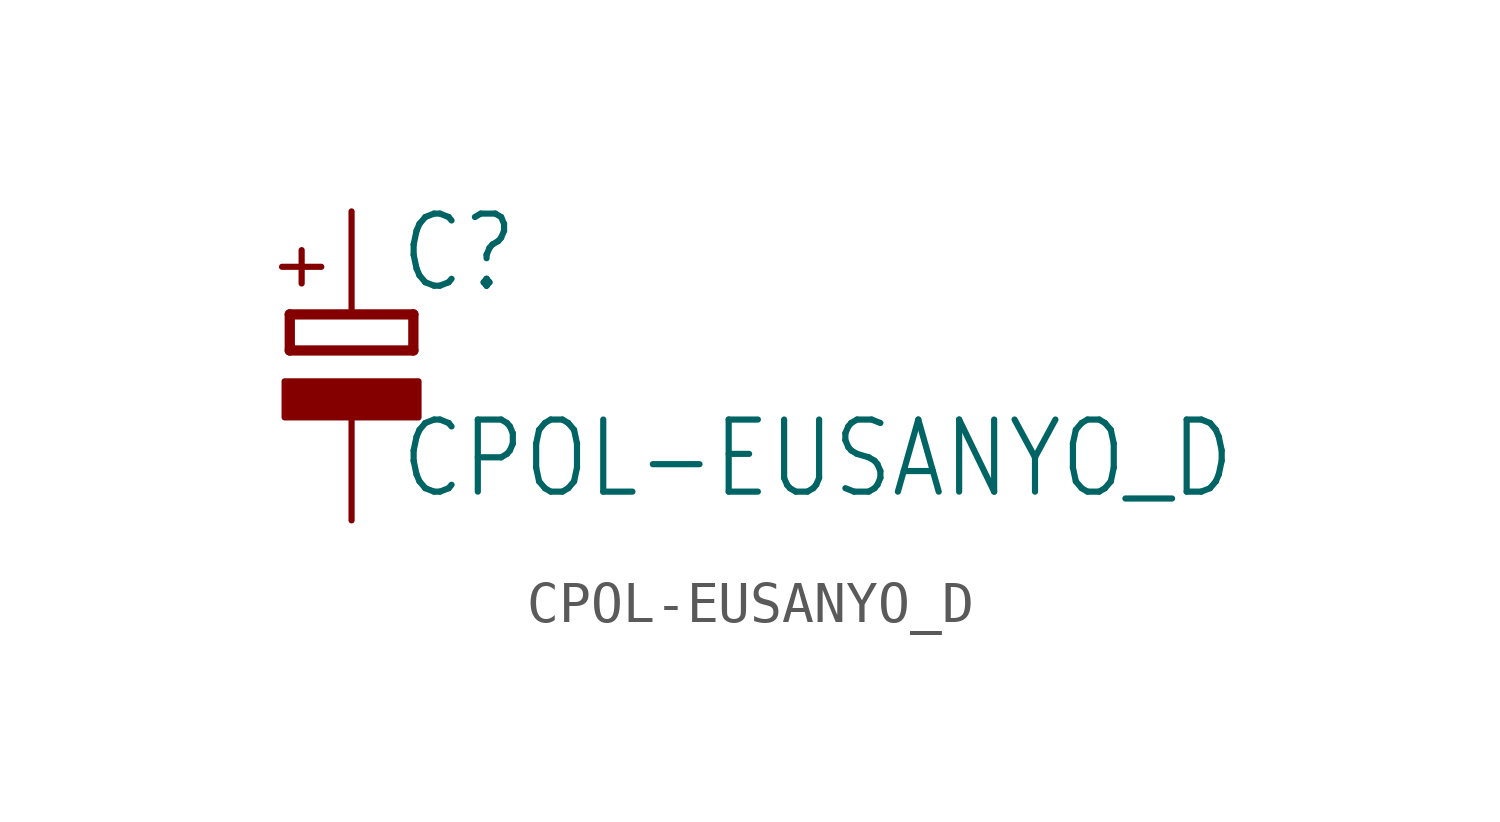
<source format=kicad_sym>
(kicad_symbol_lib
  (version 20220331)
  (generator kicad_symbol_editor)
  (symbol "CPOL-EUSANYO_D"
    (property "Reference" "C"
      (at 1.143 0.483 0)
      (effects (font (size 1.778 1.511)) (justify left bottom)))
    (property "Value" "CPOL-EUSANYO_D"
      (at 1.143 -4.597 0)
      (effects (font (size 1.778 1.511)) (justify left bottom)))
    (property "ki_locked" ""
      (at 0 0 0)
      (effects (font (size 1.27 1.27))))
    (symbol "CPOL-EUSANYO_D_1_0"
      (rectangle (start -1.651 -2.54) (end 1.651 -1.651) (stroke (width 0) (type default)) (fill (type outline)))
      (polyline (pts (xy -1.524 -0.889) (xy 1.524 -0.889)) (stroke (width 0.254) (type solid)) (fill (type none)))
      (polyline (pts (xy -1.524 0) (xy -1.524 -0.889)) (stroke (width 0.254) (type solid)) (fill (type none)))
      (polyline (pts (xy -1.524 0) (xy 1.524 0)) (stroke (width 0.254) (type solid)) (fill (type none)))
      (polyline (pts (xy 1.524 -0.889) (xy 1.524 0)) (stroke (width 0.254) (type solid)) (fill (type none)))
      (text "+" (at -0.584 0.406 900) (effects (font (size 1.27 1.079)) (justify left bottom)))
      (pin passive line (at 0 2.54 270) (length 2.54) (name "+" (effects (font (size 0 0)))) (number "+" (effects (font (size 0 0)))))
      (pin passive line (at 0 -5.08 90) (length 2.54) (name "-" (effects (font (size 0 0)))) (number "-" (effects (font (size 0 0))))))))
</source>
